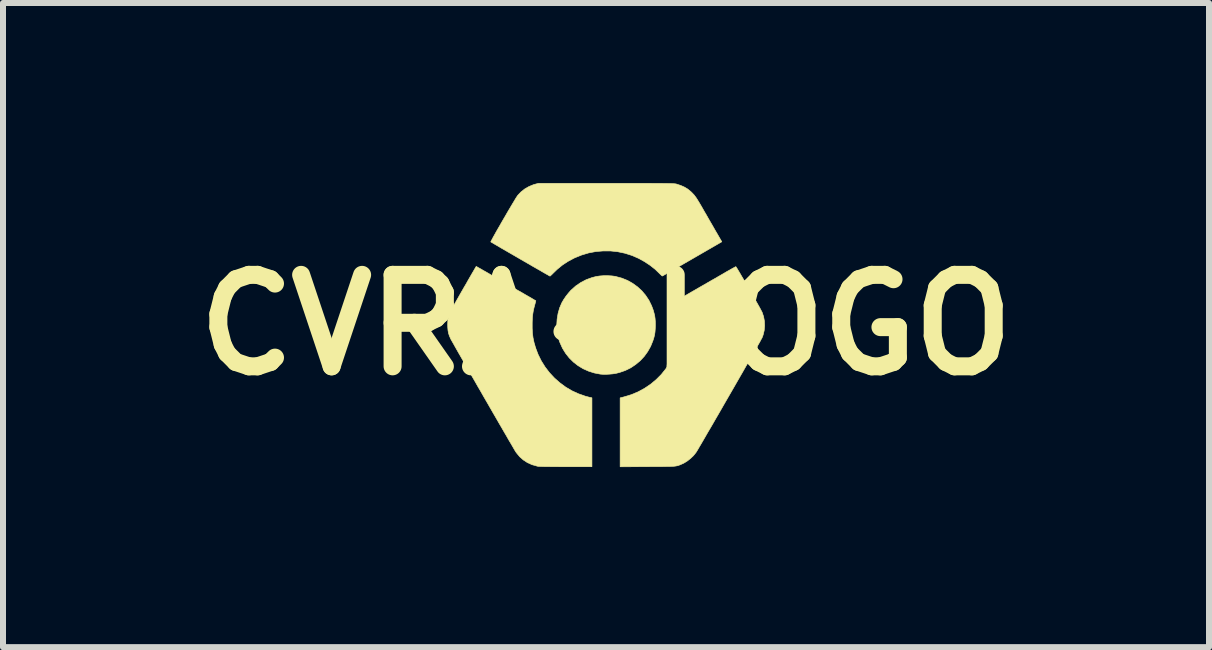
<source format=kicad_pcb>
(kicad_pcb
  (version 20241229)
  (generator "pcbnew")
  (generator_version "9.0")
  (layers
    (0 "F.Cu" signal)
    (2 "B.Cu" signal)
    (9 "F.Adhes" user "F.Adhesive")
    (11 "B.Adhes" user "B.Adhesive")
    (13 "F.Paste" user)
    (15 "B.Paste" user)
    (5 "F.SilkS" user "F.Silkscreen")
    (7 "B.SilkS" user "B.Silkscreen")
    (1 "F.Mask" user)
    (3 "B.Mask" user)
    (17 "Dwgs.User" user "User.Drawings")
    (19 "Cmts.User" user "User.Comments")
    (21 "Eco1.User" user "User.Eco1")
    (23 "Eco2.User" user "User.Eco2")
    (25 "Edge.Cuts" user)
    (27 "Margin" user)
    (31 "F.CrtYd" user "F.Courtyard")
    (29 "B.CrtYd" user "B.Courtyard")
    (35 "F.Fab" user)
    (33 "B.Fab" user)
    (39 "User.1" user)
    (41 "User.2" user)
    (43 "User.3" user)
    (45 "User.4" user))
  (footprint "CVRA-LOGO"
    (layer "F.Cu")
    (at 7.047 2.364)
    (property "Reference" "CVRA-LOGO" (at 0 0 0) (layer "F.SilkS") (effects (font (size 1.524 1.524) (thickness 0.3))))
    (attr through_hole)
    (fp_poly (pts (xy 0.098 -0.817) (xy 0.158 -0.809) (xy 0.163 -0.807) (xy 0.263 -0.78) (xy 0.357 -0.742) (xy 0.444 -0.693) (xy 0.524 -0.635) (xy 0.597 -0.568) (xy 0.66 -0.493) (xy 0.715 -0.41) (xy 0.759 -0.32) (xy 0.786 -0.248) (xy 0.8 -0.198) (xy 0.811 -0.153) (xy 0.817 -0.109) (xy 0.821 -0.06) (xy 0.822 -0.004) (xy 0.822 0.006) (xy 0.82 0.066) (xy 0.816 0.118) (xy 0.809 0.165) (xy 0.797 0.213) (xy 0.781 0.263) (xy 0.743 0.357) (xy 0.694 0.444) (xy 0.636 0.524) (xy 0.569 0.596) (xy 0.493 0.659) (xy 0.411 0.714) (xy 0.322 0.758) (xy 0.227 0.791) (xy 0.164 0.807) (xy 0.112 0.815) (xy 0.054 0.82) (xy -0.005 0.823) (xy -0.06 0.822) (xy -0.096 0.819) (xy -0.195 0.8) (xy -0.29 0.77) (xy -0.38 0.73) (xy -0.465 0.679) (xy -0.542 0.619) (xy -0.612 0.55) (xy -0.673 0.473) (xy -0.725 0.389) (xy -0.766 0.298) (xy -0.777 0.27) (xy -0.799 0.196) (xy -0.813 0.123) (xy -0.82 0.047) (xy -0.821 0) (xy -0.815 -0.097) (xy -0.799 -0.193) (xy -0.773 -0.284) (xy -0.737 -0.368) (xy -0.737 -0.368) (xy -0.706 -0.422) (xy -0.668 -0.478) (xy -0.626 -0.531) (xy -0.584 -0.579) (xy -0.581 -0.581) (xy -0.504 -0.65) (xy -0.42 -0.707) (xy -0.33 -0.754) (xy -0.234 -0.789) (xy -0.165 -0.807) (xy -0.105 -0.816) (xy -0.038 -0.821) (xy 0.031 -0.821) (xy 0.098 -0.817)) (stroke (width 0.01) (type solid)) (fill yes) (layer "F.SilkS"))
    (fp_poly (pts (xy 0.144 -2.359) (xy 0.273 -2.359) (xy 0.39 -2.359) (xy 0.496 -2.359) (xy 0.592 -2.359) (xy 0.677 -2.359) (xy 0.754 -2.359) (xy 0.822 -2.358) (xy 0.882 -2.358) (xy 0.934 -2.358) (xy 0.979 -2.357) (xy 1.017 -2.357) (xy 1.05 -2.356) (xy 1.078 -2.356) (xy 1.1 -2.355) (xy 1.119 -2.354) (xy 1.134 -2.353) (xy 1.146 -2.352) (xy 1.156 -2.351) (xy 1.163 -2.35) (xy 1.169 -2.349) (xy 1.175 -2.347) (xy 1.245 -2.324) (xy 1.306 -2.297) (xy 1.361 -2.264) (xy 1.411 -2.223) (xy 1.421 -2.214) (xy 1.438 -2.197) (xy 1.453 -2.181) (xy 1.468 -2.165) (xy 1.482 -2.146) (xy 1.498 -2.125) (xy 1.515 -2.099) (xy 1.535 -2.067) (xy 1.558 -2.029) (xy 1.585 -1.983) (xy 1.617 -1.927) (xy 1.635 -1.895) (xy 1.667 -1.841) (xy 1.701 -1.781) (xy 1.736 -1.72) (xy 1.771 -1.66) (xy 1.803 -1.604) (xy 1.831 -1.555) (xy 1.839 -1.542) (xy 1.929 -1.386) (xy 1.436 -1.101) (xy 1.363 -1.059) (xy 1.294 -1.019) (xy 1.228 -0.981) (xy 1.167 -0.946) (xy 1.112 -0.914) (xy 1.062 -0.886) (xy 1.02 -0.862) (xy 0.986 -0.842) (xy 0.96 -0.827) (xy 0.944 -0.818) (xy 0.938 -0.815) (xy 0.932 -0.818) (xy 0.92 -0.829) (xy 0.903 -0.845) (xy 0.894 -0.854) (xy 0.82 -0.926) (xy 0.735 -0.993) (xy 0.643 -1.054) (xy 0.546 -1.108) (xy 0.446 -1.152) (xy 0.431 -1.158) (xy 0.314 -1.195) (xy 0.195 -1.22) (xy 0.074 -1.233) (xy -0.048 -1.233) (xy -0.17 -1.223) (xy -0.29 -1.2) (xy -0.407 -1.165) (xy -0.521 -1.119) (xy -0.537 -1.111) (xy -0.636 -1.058) (xy -0.727 -0.998) (xy -0.813 -0.928) (xy -0.876 -0.867) (xy -0.897 -0.846) (xy -0.915 -0.829) (xy -0.928 -0.818) (xy -0.933 -0.813) (xy -0.933 -0.813) (xy -0.939 -0.816) (xy -0.955 -0.825) (xy -0.981 -0.84) (xy -1.015 -0.859) (xy -1.057 -0.883) (xy -1.106 -0.912) (xy -1.161 -0.943) (xy -1.222 -0.978) (xy -1.287 -1.016) (xy -1.357 -1.056) (xy -1.426 -1.096) (xy -1.498 -1.138) (xy -1.567 -1.178) (xy -1.633 -1.216) (xy -1.693 -1.251) (xy -1.749 -1.283) (xy -1.797 -1.312) (xy -1.839 -1.336) (xy -1.873 -1.356) (xy -1.898 -1.371) (xy -1.914 -1.38) (xy -1.92 -1.384) (xy -1.918 -1.39) (xy -1.91 -1.406) (xy -1.896 -1.431) (xy -1.879 -1.464) (xy -1.857 -1.503) (xy -1.832 -1.548) (xy -1.804 -1.597) (xy -1.773 -1.65) (xy -1.742 -1.705) (xy -1.709 -1.762) (xy -1.676 -1.818) (xy -1.644 -1.874) (xy -1.612 -1.928) (xy -1.582 -1.979) (xy -1.554 -2.026) (xy -1.529 -2.067) (xy -1.508 -2.103) (xy -1.49 -2.131) (xy -1.477 -2.15) (xy -1.471 -2.159) (xy -1.417 -2.216) (xy -1.354 -2.266) (xy -1.284 -2.306) (xy -1.209 -2.337) (xy -1.181 -2.345) (xy -1.127 -2.359) (xy 0.003 -2.359) (xy 0.144 -2.359)) (stroke (width 0.01) (type solid)) (fill yes) (layer "F.SilkS"))
    (fp_poly (pts (xy 2.167 -0.966) (xy 2.177 -0.951) (xy 2.192 -0.927) (xy 2.211 -0.895) (xy 2.234 -0.856) (xy 2.26 -0.811) (xy 2.289 -0.762) (xy 2.319 -0.71) (xy 2.351 -0.655) (xy 2.383 -0.599) (xy 2.416 -0.543) (xy 2.447 -0.488) (xy 2.478 -0.434) (xy 2.506 -0.384) (xy 2.532 -0.338) (xy 2.555 -0.297) (xy 2.574 -0.262) (xy 2.588 -0.235) (xy 2.598 -0.217) (xy 2.601 -0.21) (xy 2.625 -0.139) (xy 2.639 -0.063) (xy 2.642 0.015) (xy 2.635 0.093) (xy 2.617 0.167) (xy 2.601 0.21) (xy 2.596 0.221) (xy 2.584 0.241) (xy 2.568 0.272) (xy 2.546 0.311) (xy 2.519 0.358) (xy 2.488 0.413) (xy 2.453 0.475) (xy 2.414 0.542) (xy 2.373 0.615) (xy 2.328 0.693) (xy 2.282 0.774) (xy 2.233 0.859) (xy 2.183 0.946) (xy 2.132 1.035) (xy 2.08 1.125) (xy 2.028 1.215) (xy 1.976 1.305) (xy 1.925 1.394) (xy 1.875 1.481) (xy 1.826 1.565) (xy 1.779 1.647) (xy 1.734 1.724) (xy 1.691 1.797) (xy 1.652 1.865) (xy 1.616 1.927) (xy 1.584 1.982) (xy 1.556 2.029) (xy 1.533 2.069) (xy 1.515 2.099) (xy 1.502 2.12) (xy 1.495 2.13) (xy 1.456 2.178) (xy 1.408 2.224) (xy 1.355 2.266) (xy 1.3 2.3) (xy 1.257 2.32) (xy 1.24 2.328) (xy 1.224 2.334) (xy 1.21 2.339) (xy 1.196 2.344) (xy 1.181 2.347) (xy 1.165 2.35) (xy 1.145 2.353) (xy 1.122 2.355) (xy 1.094 2.356) (xy 1.06 2.358) (xy 1.019 2.358) (xy 0.97 2.359) (xy 0.913 2.36) (xy 0.845 2.36) (xy 0.767 2.36) (xy 0.691 2.361) (xy 0.235 2.363) (xy 0.235 1.215) (xy 0.301 1.198) (xy 0.42 1.162) (xy 0.533 1.115) (xy 0.64 1.057) (xy 0.741 0.989) (xy 0.834 0.912) (xy 0.92 0.826) (xy 0.996 0.731) (xy 1.064 0.629) (xy 1.122 0.52) (xy 1.158 0.435) (xy 1.188 0.346) (xy 1.21 0.259) (xy 1.225 0.171) (xy 1.232 0.077) (xy 1.234 0) (xy 1.233 -0.063) (xy 1.231 -0.118) (xy 1.226 -0.168) (xy 1.218 -0.217) (xy 1.207 -0.269) (xy 1.194 -0.322) (xy 1.186 -0.351) (xy 1.18 -0.375) (xy 1.176 -0.392) (xy 1.175 -0.399) (xy 1.18 -0.405) (xy 1.193 -0.415) (xy 1.208 -0.424) (xy 1.226 -0.434) (xy 1.252 -0.449) (xy 1.282 -0.467) (xy 1.314 -0.485) (xy 1.321 -0.489) (xy 1.355 -0.509) (xy 1.398 -0.534) (xy 1.448 -0.563) (xy 1.504 -0.595) (xy 1.564 -0.63) (xy 1.627 -0.666) (xy 1.691 -0.703) (xy 1.755 -0.74) (xy 1.817 -0.775) (xy 1.875 -0.809) (xy 1.929 -0.84) (xy 1.977 -0.868) (xy 2.016 -0.891) (xy 2.047 -0.908) (xy 2.049 -0.909) (xy 2.082 -0.928) (xy 2.112 -0.945) (xy 2.137 -0.958) (xy 2.154 -0.968) (xy 2.163 -0.971) (xy 2.163 -0.971) (xy 2.167 -0.966)) (stroke (width 0.01) (type solid)) (fill yes) (layer "F.SilkS"))
    (fp_poly (pts (xy -2.158 -0.973) (xy -2.142 -0.964) (xy -2.118 -0.95) (xy -2.085 -0.932) (xy -2.046 -0.909) (xy -2.001 -0.884) (xy -1.951 -0.855) (xy -1.898 -0.824) (xy -1.88 -0.813) (xy -1.815 -0.776) (xy -1.746 -0.736) (xy -1.675 -0.695) (xy -1.603 -0.654) (xy -1.535 -0.614) (xy -1.471 -0.577) (xy -1.414 -0.545) (xy -1.384 -0.528) (xy -1.337 -0.5) (xy -1.293 -0.475) (xy -1.254 -0.453) (xy -1.221 -0.433) (xy -1.196 -0.418) (xy -1.178 -0.408) (xy -1.17 -0.404) (xy -1.17 -0.403) (xy -1.171 -0.397) (xy -1.175 -0.381) (xy -1.181 -0.358) (xy -1.187 -0.336) (xy -1.201 -0.283) (xy -1.212 -0.234) (xy -1.22 -0.184) (xy -1.226 -0.131) (xy -1.229 -0.071) (xy -1.23 -0.035) (xy -1.23 0.055) (xy -1.226 0.136) (xy -1.216 0.214) (xy -1.2 0.29) (xy -1.177 0.37) (xy -1.175 0.378) (xy -1.132 0.491) (xy -1.078 0.6) (xy -1.014 0.702) (xy -0.941 0.797) (xy -0.859 0.885) (xy -0.769 0.964) (xy -0.673 1.035) (xy -0.57 1.096) (xy -0.461 1.146) (xy -0.348 1.186) (xy -0.28 1.204) (xy -0.235 1.214) (xy -0.235 2.362) (xy -0.672 2.362) (xy -0.761 2.362) (xy -0.839 2.361) (xy -0.906 2.361) (xy -0.963 2.36) (xy -1.011 2.36) (xy -1.05 2.359) (xy -1.081 2.358) (xy -1.106 2.357) (xy -1.126 2.356) (xy -1.14 2.354) (xy -1.149 2.352) (xy -1.233 2.328) (xy -1.309 2.294) (xy -1.378 2.249) (xy -1.439 2.195) (xy -1.492 2.131) (xy -1.5 2.12) (xy -1.507 2.109) (xy -1.52 2.088) (xy -1.538 2.057) (xy -1.561 2.017) (xy -1.589 1.969) (xy -1.622 1.914) (xy -1.657 1.852) (xy -1.697 1.784) (xy -1.739 1.711) (xy -1.784 1.634) (xy -1.831 1.552) (xy -1.88 1.468) (xy -1.93 1.381) (xy -1.981 1.292) (xy -2.033 1.203) (xy -2.084 1.113) (xy -2.136 1.024) (xy -2.186 0.936) (xy -2.236 0.85) (xy -2.284 0.766) (xy -2.33 0.686) (xy -2.373 0.61) (xy -2.414 0.539) (xy -2.452 0.473) (xy -2.486 0.413) (xy -2.516 0.36) (xy -2.541 0.315) (xy -2.562 0.278) (xy -2.578 0.25) (xy -2.588 0.232) (xy -2.591 0.225) (xy -2.611 0.179) (xy -2.625 0.135) (xy -2.633 0.09) (xy -2.637 0.04) (xy -2.638 -0.006) (xy -2.637 -0.045) (xy -2.636 -0.074) (xy -2.633 -0.098) (xy -2.628 -0.122) (xy -2.62 -0.148) (xy -2.62 -0.148) (xy -2.61 -0.179) (xy -2.598 -0.211) (xy -2.586 -0.238) (xy -2.584 -0.242) (xy -2.579 -0.252) (xy -2.568 -0.271) (xy -2.552 -0.298) (xy -2.533 -0.333) (xy -2.509 -0.374) (xy -2.483 -0.42) (xy -2.454 -0.471) (xy -2.424 -0.524) (xy -2.393 -0.578) (xy -2.361 -0.634) (xy -2.329 -0.688) (xy -2.299 -0.742) (xy -2.27 -0.792) (xy -2.243 -0.839) (xy -2.219 -0.88) (xy -2.198 -0.916) (xy -2.182 -0.944) (xy -2.17 -0.964) (xy -2.164 -0.974) (xy -2.163 -0.976) (xy -2.158 -0.973)) (stroke (width 0.01) (type solid)) (fill yes) (layer "F.SilkS")))
  (gr_rect
    (start -3 -3)
    (end 17.093 7.732)
    (stroke (width 0.1) (type default))
    (fill no)
    (layer "Edge.Cuts")))
</source>
